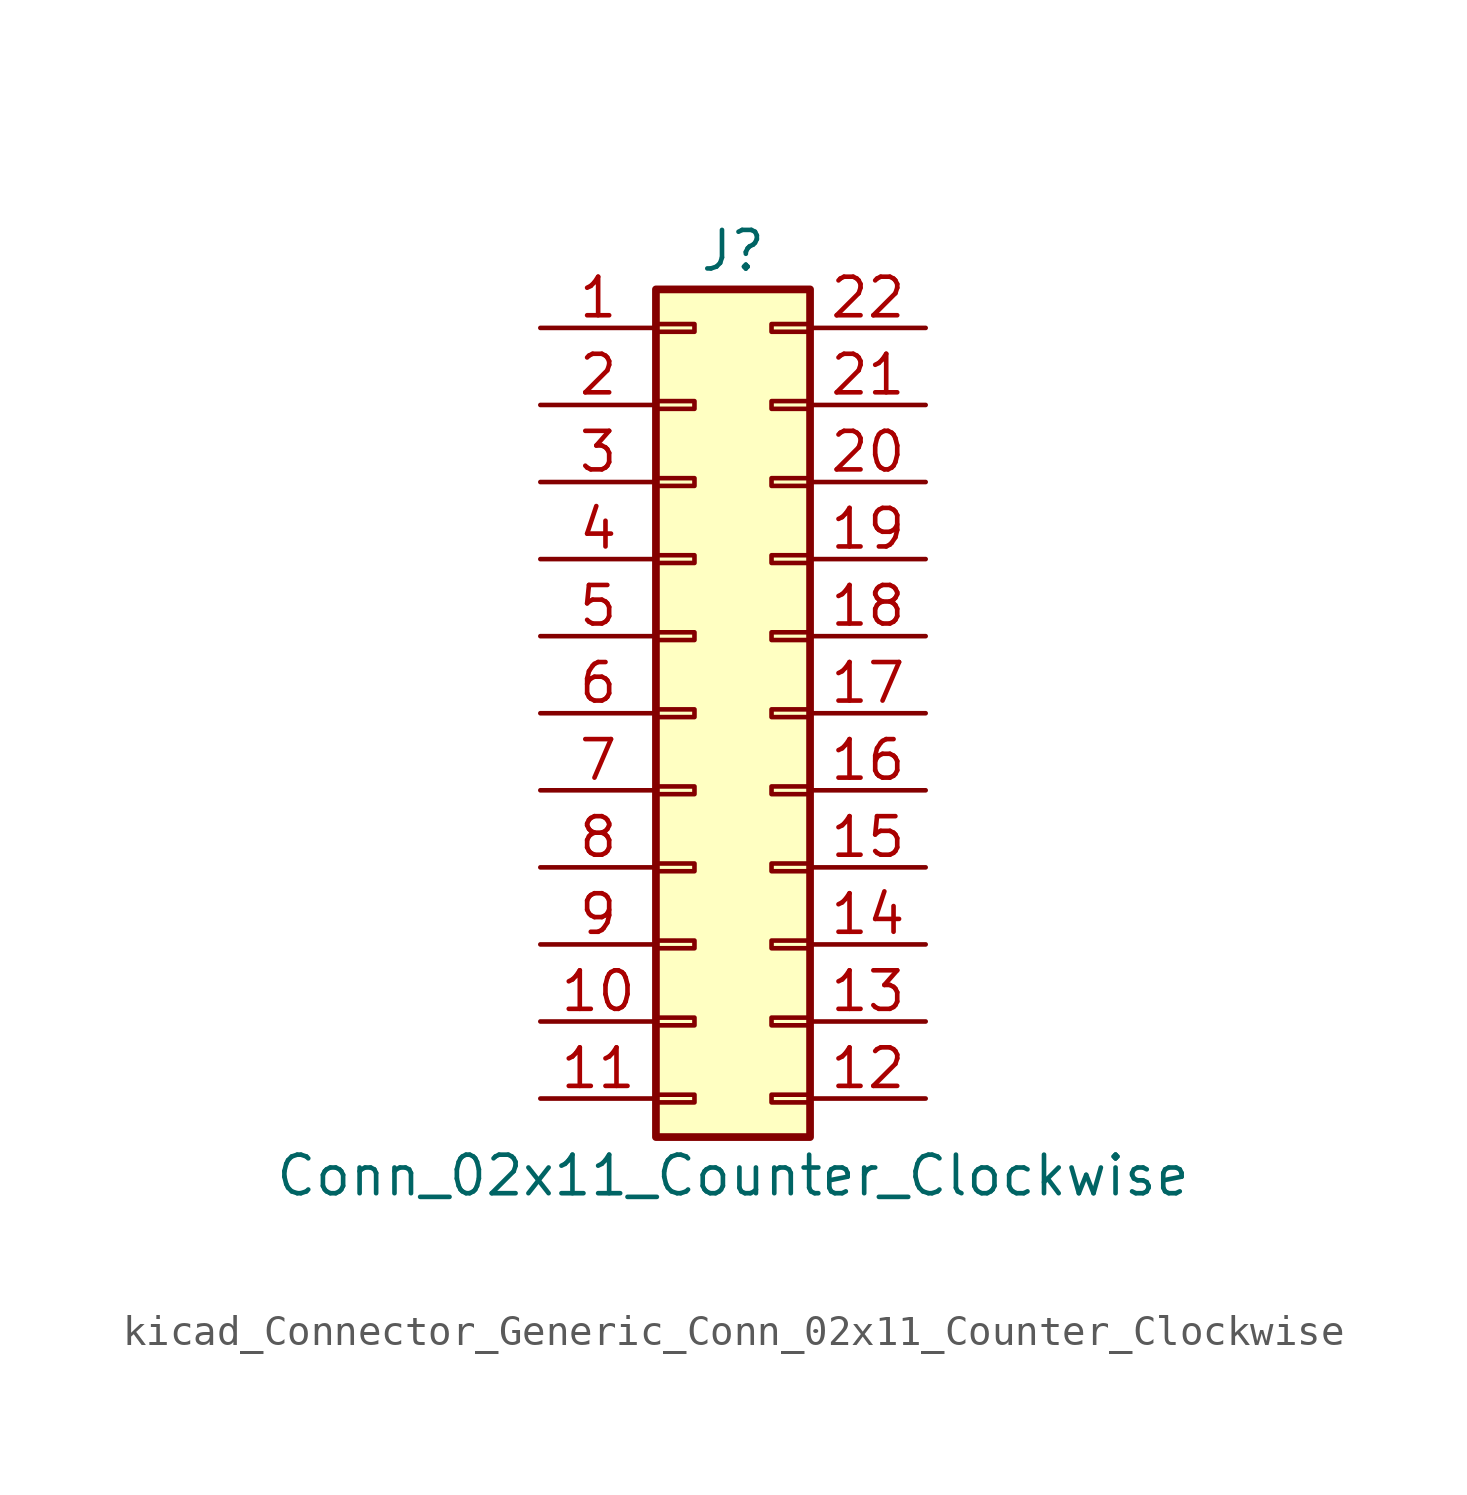
<source format=kicad_sym>
(kicad_symbol_lib
  (version 20220914)
  (generator kicad_symbol_editor)
  (symbol "kicad_Connector_Generic_Conn_02x11_Counter_Clockwise"
    (pin_names
      (offset 1.016) hide)
    (property "Reference" "J"
      (at 1.27 15.24 0)
      (effects (font (size 1.27 1.27))))
    (property "Value" "Conn_02x11_Counter_Clockwise"
      (at 1.27 -15.24 0)
      (effects (font (size 1.27 1.27))))
    (symbol "kicad_Connector_Generic_Conn_02x11_Counter_Clockwise_1_1"
      (rectangle (start -1.27 -12.573) (end 0 -12.827) (stroke (width 0.152) (type default)) (fill (type none)))
      (rectangle (start -1.27 -10.033) (end 0 -10.287) (stroke (width 0.152) (type default)) (fill (type none)))
      (rectangle (start -1.27 -7.493) (end 0 -7.747) (stroke (width 0.152) (type default)) (fill (type none)))
      (rectangle (start -1.27 -4.953) (end 0 -5.207) (stroke (width 0.152) (type default)) (fill (type none)))
      (rectangle (start -1.27 -2.413) (end 0 -2.667) (stroke (width 0.152) (type default)) (fill (type none)))
      (rectangle (start -1.27 0.127) (end 0 -0.127) (stroke (width 0.152) (type default)) (fill (type none)))
      (rectangle (start -1.27 2.667) (end 0 2.413) (stroke (width 0.152) (type default)) (fill (type none)))
      (rectangle (start -1.27 5.207) (end 0 4.953) (stroke (width 0.152) (type default)) (fill (type none)))
      (rectangle (start -1.27 7.747) (end 0 7.493) (stroke (width 0.152) (type default)) (fill (type none)))
      (rectangle (start -1.27 10.287) (end 0 10.033) (stroke (width 0.152) (type default)) (fill (type none)))
      (rectangle (start -1.27 12.827) (end 0 12.573) (stroke (width 0.152) (type default)) (fill (type none)))
      (rectangle (start -1.27 13.97) (end 3.81 -13.97) (stroke (width 0.254) (type default)) (fill (type background)))
      (rectangle (start 3.81 -12.573) (end 2.54 -12.827) (stroke (width 0.152) (type default)) (fill (type none)))
      (rectangle (start 3.81 -10.033) (end 2.54 -10.287) (stroke (width 0.152) (type default)) (fill (type none)))
      (rectangle (start 3.81 -7.493) (end 2.54 -7.747) (stroke (width 0.152) (type default)) (fill (type none)))
      (rectangle (start 3.81 -4.953) (end 2.54 -5.207) (stroke (width 0.152) (type default)) (fill (type none)))
      (rectangle (start 3.81 -2.413) (end 2.54 -2.667) (stroke (width 0.152) (type default)) (fill (type none)))
      (rectangle (start 3.81 0.127) (end 2.54 -0.127) (stroke (width 0.152) (type default)) (fill (type none)))
      (rectangle (start 3.81 2.667) (end 2.54 2.413) (stroke (width 0.152) (type default)) (fill (type none)))
      (rectangle (start 3.81 5.207) (end 2.54 4.953) (stroke (width 0.152) (type default)) (fill (type none)))
      (rectangle (start 3.81 7.747) (end 2.54 7.493) (stroke (width 0.152) (type default)) (fill (type none)))
      (rectangle (start 3.81 10.287) (end 2.54 10.033) (stroke (width 0.152) (type default)) (fill (type none)))
      (rectangle (start 3.81 12.827) (end 2.54 12.573) (stroke (width 0.152) (type default)) (fill (type none)))
      (pin passive line (at -5.08 12.7 0) (length 3.81) (name "Pin_1" (effects (font (size 1.27 1.27)))) (number "1" (effects (font (size 1.27 1.27)))))
      (pin passive line (at -5.08 -10.16 0) (length 3.81) (name "Pin_10" (effects (font (size 1.27 1.27)))) (number "10" (effects (font (size 1.27 1.27)))))
      (pin passive line (at -5.08 -12.7 0) (length 3.81) (name "Pin_11" (effects (font (size 1.27 1.27)))) (number "11" (effects (font (size 1.27 1.27)))))
      (pin passive line (at 7.62 -12.7 180) (length 3.81) (name "Pin_12" (effects (font (size 1.27 1.27)))) (number "12" (effects (font (size 1.27 1.27)))))
      (pin passive line (at 7.62 -10.16 180) (length 3.81) (name "Pin_13" (effects (font (size 1.27 1.27)))) (number "13" (effects (font (size 1.27 1.27)))))
      (pin passive line (at 7.62 -7.62 180) (length 3.81) (name "Pin_14" (effects (font (size 1.27 1.27)))) (number "14" (effects (font (size 1.27 1.27)))))
      (pin passive line (at 7.62 -5.08 180) (length 3.81) (name "Pin_15" (effects (font (size 1.27 1.27)))) (number "15" (effects (font (size 1.27 1.27)))))
      (pin passive line (at 7.62 -2.54 180) (length 3.81) (name "Pin_16" (effects (font (size 1.27 1.27)))) (number "16" (effects (font (size 1.27 1.27)))))
      (pin passive line (at 7.62 0 180) (length 3.81) (name "Pin_17" (effects (font (size 1.27 1.27)))) (number "17" (effects (font (size 1.27 1.27)))))
      (pin passive line (at 7.62 2.54 180) (length 3.81) (name "Pin_18" (effects (font (size 1.27 1.27)))) (number "18" (effects (font (size 1.27 1.27)))))
      (pin passive line (at 7.62 5.08 180) (length 3.81) (name "Pin_19" (effects (font (size 1.27 1.27)))) (number "19" (effects (font (size 1.27 1.27)))))
      (pin passive line (at -5.08 10.16 0) (length 3.81) (name "Pin_2" (effects (font (size 1.27 1.27)))) (number "2" (effects (font (size 1.27 1.27)))))
      (pin passive line (at 7.62 7.62 180) (length 3.81) (name "Pin_20" (effects (font (size 1.27 1.27)))) (number "20" (effects (font (size 1.27 1.27)))))
      (pin passive line (at 7.62 10.16 180) (length 3.81) (name "Pin_21" (effects (font (size 1.27 1.27)))) (number "21" (effects (font (size 1.27 1.27)))))
      (pin passive line (at 7.62 12.7 180) (length 3.81) (name "Pin_22" (effects (font (size 1.27 1.27)))) (number "22" (effects (font (size 1.27 1.27)))))
      (pin passive line (at -5.08 7.62 0) (length 3.81) (name "Pin_3" (effects (font (size 1.27 1.27)))) (number "3" (effects (font (size 1.27 1.27)))))
      (pin passive line (at -5.08 5.08 0) (length 3.81) (name "Pin_4" (effects (font (size 1.27 1.27)))) (number "4" (effects (font (size 1.27 1.27)))))
      (pin passive line (at -5.08 2.54 0) (length 3.81) (name "Pin_5" (effects (font (size 1.27 1.27)))) (number "5" (effects (font (size 1.27 1.27)))))
      (pin passive line (at -5.08 0 0) (length 3.81) (name "Pin_6" (effects (font (size 1.27 1.27)))) (number "6" (effects (font (size 1.27 1.27)))))
      (pin passive line (at -5.08 -2.54 0) (length 3.81) (name "Pin_7" (effects (font (size 1.27 1.27)))) (number "7" (effects (font (size 1.27 1.27)))))
      (pin passive line (at -5.08 -5.08 0) (length 3.81) (name "Pin_8" (effects (font (size 1.27 1.27)))) (number "8" (effects (font (size 1.27 1.27)))))
      (pin passive line (at -5.08 -7.62 0) (length 3.81) (name "Pin_9" (effects (font (size 1.27 1.27)))) (number "9" (effects (font (size 1.27 1.27))))))))
</source>
